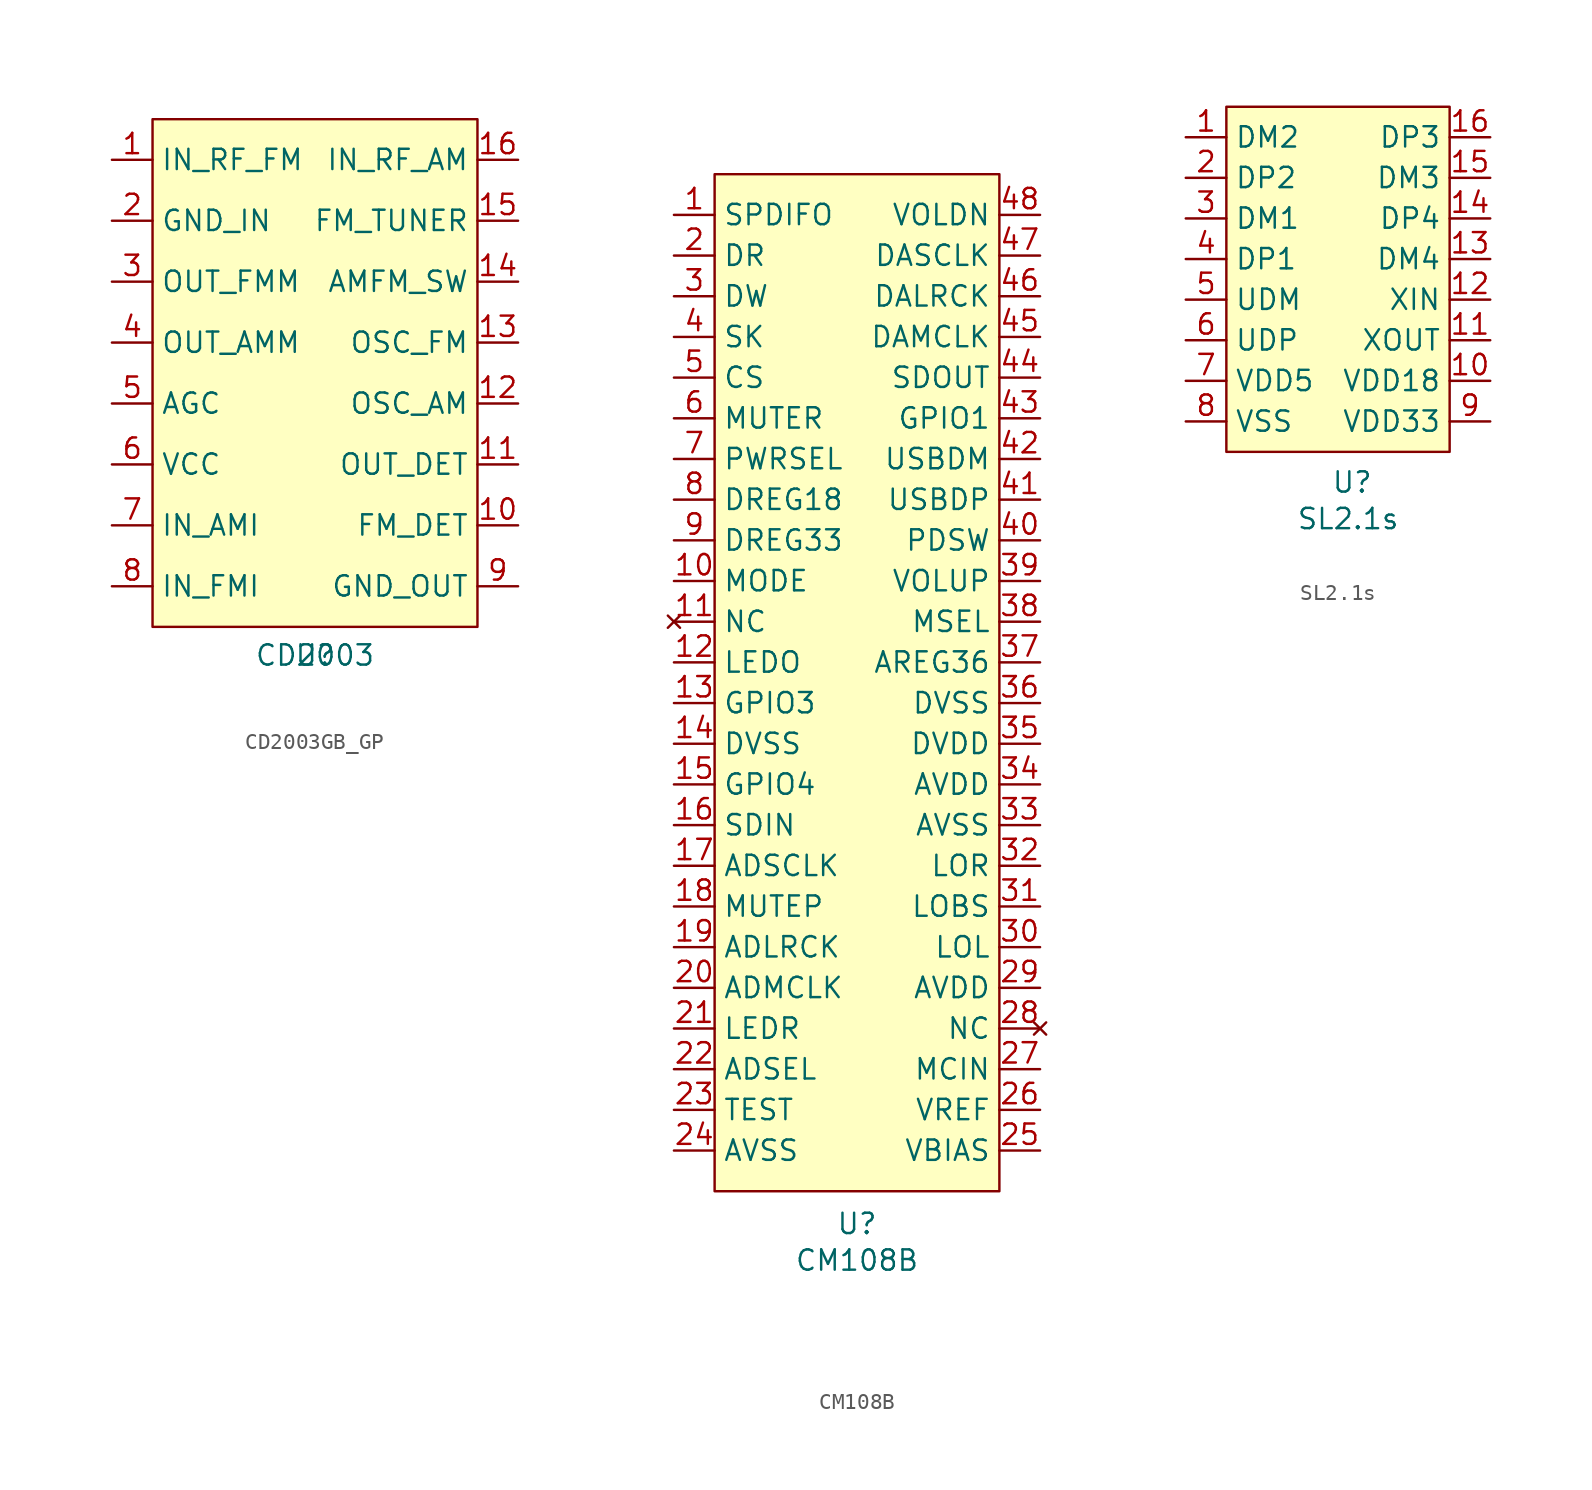
<source format=kicad_sym>
(kicad_symbol_lib
  (version 20231120)
  (generator "kicad_symbol_editor")
  (generator_version "8.0")
  (symbol "CD2003GB_GP"
    (property "Reference" "U"
      (at 0 -0.508 0)
      (effects (font (size 1.27 1.27))))
    (property "Value" "CD2003"
      (at 0 -0.508 0)
      (effects (font (size 1.27 1.27))))
    (symbol "CD2003GB_GP_1_1"
      (rectangle (start -10.16 33.02) (end 10.16 1.27) (stroke (width 0) (type default)) (fill (type background)))
      (pin input line (at -12.7 30.48 0) (length 2.54) (name "IN_RF_FM" (effects (font (size 1.27 1.27)))) (number "1" (effects (font (size 1.27 1.27)))))
      (pin input line (at 12.7 7.62 180) (length 2.54) (name "FM_DET" (effects (font (size 1.27 1.27)))) (number "10" (effects (font (size 1.27 1.27)))))
      (pin output line (at 12.7 11.43 180) (length 2.54) (name "OUT_DET" (effects (font (size 1.27 1.27)))) (number "11" (effects (font (size 1.27 1.27)))))
      (pin input line (at 12.7 15.24 180) (length 2.54) (name "OSC_AM" (effects (font (size 1.27 1.27)))) (number "12" (effects (font (size 1.27 1.27)))))
      (pin input line (at 12.7 19.05 180) (length 2.54) (name "OSC_FM" (effects (font (size 1.27 1.27)))) (number "13" (effects (font (size 1.27 1.27)))))
      (pin input line (at 12.7 22.86 180) (length 2.54) (name "AMFM_SW" (effects (font (size 1.27 1.27)))) (number "14" (effects (font (size 1.27 1.27)))))
      (pin input line (at 12.7 26.67 180) (length 2.54) (name "FM_TUNER" (effects (font (size 1.27 1.27)))) (number "15" (effects (font (size 1.27 1.27)))))
      (pin input line (at 12.7 30.48 180) (length 2.54) (name "IN_RF_AM" (effects (font (size 1.27 1.27)))) (number "16" (effects (font (size 1.27 1.27)))))
      (pin passive line (at -12.7 26.67 0) (length 2.54) (name "GND_IN" (effects (font (size 1.27 1.27)))) (number "2" (effects (font (size 1.27 1.27)))))
      (pin output line (at -12.7 22.86 0) (length 2.54) (name "OUT_FMM" (effects (font (size 1.27 1.27)))) (number "3" (effects (font (size 1.27 1.27)))))
      (pin output line (at -12.7 19.05 0) (length 2.54) (name "OUT_AMM" (effects (font (size 1.27 1.27)))) (number "4" (effects (font (size 1.27 1.27)))))
      (pin input line (at -12.7 15.24 0) (length 2.54) (name "AGC" (effects (font (size 1.27 1.27)))) (number "5" (effects (font (size 1.27 1.27)))))
      (pin power_in line (at -12.7 11.43 0) (length 2.54) (name "VCC" (effects (font (size 1.27 1.27)))) (number "6" (effects (font (size 1.27 1.27)))))
      (pin input line (at -12.7 7.62 0) (length 2.54) (name "IN_AMI" (effects (font (size 1.27 1.27)))) (number "7" (effects (font (size 1.27 1.27)))))
      (pin input line (at -12.7 3.81 0) (length 2.54) (name "IN_FMI" (effects (font (size 1.27 1.27)))) (number "8" (effects (font (size 1.27 1.27)))))
      (pin passive line (at 12.7 3.81 180) (length 2.54) (name "GND_OUT" (effects (font (size 1.27 1.27)))) (number "9" (effects (font (size 1.27 1.27)))))))
  (symbol "CM108B"
    (property "Reference" "U"
      (at 0 -2.032 0)
      (effects (font (size 1.27 1.27))))
    (property "Value" "CM108B"
      (at 0 -4.318 0)
      (effects (font (size 1.27 1.27))))
    (symbol "CM108B_1_1"
      (rectangle (start -8.89 63.5) (end 8.89 0) (stroke (width 0) (type default)) (fill (type background)))
      (pin output line (at -11.43 60.96 0) (length 2.54) (name "SPDIFO" (effects (font (size 1.27 1.27)))) (number "1" (effects (font (size 1.27 1.27)))))
      (pin input line (at -11.43 38.1 0) (length 2.54) (name "MODE" (effects (font (size 1.27 1.27)))) (number "10" (effects (font (size 1.27 1.27)))))
      (pin no_connect line (at -11.43 35.56 0) (length 2.54) (name "NC" (effects (font (size 1.27 1.27)))) (number "11" (effects (font (size 1.27 1.27)))))
      (pin output line (at -11.43 33.02 0) (length 2.54) (name "LEDO" (effects (font (size 1.27 1.27)))) (number "12" (effects (font (size 1.27 1.27)))))
      (pin bidirectional line (at -11.43 30.48 0) (length 2.54) (name "GPIO3" (effects (font (size 1.27 1.27)))) (number "13" (effects (font (size 1.27 1.27)))))
      (pin power_in line (at -11.43 27.94 0) (length 2.54) (name "DVSS" (effects (font (size 1.27 1.27)))) (number "14" (effects (font (size 1.27 1.27)))))
      (pin bidirectional line (at -11.43 25.4 0) (length 2.54) (name "GPIO4" (effects (font (size 1.27 1.27)))) (number "15" (effects (font (size 1.27 1.27)))))
      (pin bidirectional line (at -11.43 22.86 0) (length 2.54) (name "SDIN" (effects (font (size 1.27 1.27)))) (number "16" (effects (font (size 1.27 1.27)))))
      (pin output line (at -11.43 20.32 0) (length 2.54) (name "ADSCLK" (effects (font (size 1.27 1.27)))) (number "17" (effects (font (size 1.27 1.27)))))
      (pin input line (at -11.43 17.78 0) (length 2.54) (name "MUTEP" (effects (font (size 1.27 1.27)))) (number "18" (effects (font (size 1.27 1.27)))))
      (pin output line (at -11.43 15.24 0) (length 2.54) (name "ADLRCK" (effects (font (size 1.27 1.27)))) (number "19" (effects (font (size 1.27 1.27)))))
      (pin input line (at -11.43 58.42 0) (length 2.54) (name "DR" (effects (font (size 1.27 1.27)))) (number "2" (effects (font (size 1.27 1.27)))))
      (pin output line (at -11.43 12.7 0) (length 2.54) (name "ADMCLK" (effects (font (size 1.27 1.27)))) (number "20" (effects (font (size 1.27 1.27)))))
      (pin output line (at -11.43 10.16 0) (length 2.54) (name "LEDR" (effects (font (size 1.27 1.27)))) (number "21" (effects (font (size 1.27 1.27)))))
      (pin input line (at -11.43 7.62 0) (length 2.54) (name "ADSEL" (effects (font (size 1.27 1.27)))) (number "22" (effects (font (size 1.27 1.27)))))
      (pin input line (at -11.43 5.08 0) (length 2.54) (name "TEST" (effects (font (size 1.27 1.27)))) (number "23" (effects (font (size 1.27 1.27)))))
      (pin power_in line (at -11.43 2.54 0) (length 2.54) (name "AVSS" (effects (font (size 1.27 1.27)))) (number "24" (effects (font (size 1.27 1.27)))))
      (pin output line (at 11.43 2.54 180) (length 2.54) (name "VBIAS" (effects (font (size 1.27 1.27)))) (number "25" (effects (font (size 1.27 1.27)))))
      (pin output line (at 11.43 5.08 180) (length 2.54) (name "VREF" (effects (font (size 1.27 1.27)))) (number "26" (effects (font (size 1.27 1.27)))))
      (pin input line (at 11.43 7.62 180) (length 2.54) (name "MCIN" (effects (font (size 1.27 1.27)))) (number "27" (effects (font (size 1.27 1.27)))))
      (pin no_connect line (at 11.43 10.16 180) (length 2.54) (name "NC" (effects (font (size 1.27 1.27)))) (number "28" (effects (font (size 1.27 1.27)))))
      (pin power_in line (at 11.43 12.7 180) (length 2.54) (name "AVDD" (effects (font (size 1.27 1.27)))) (number "29" (effects (font (size 1.27 1.27)))))
      (pin output line (at -11.43 55.88 0) (length 2.54) (name "DW" (effects (font (size 1.27 1.27)))) (number "3" (effects (font (size 1.27 1.27)))))
      (pin output line (at 11.43 15.24 180) (length 2.54) (name "LOL" (effects (font (size 1.27 1.27)))) (number "30" (effects (font (size 1.27 1.27)))))
      (pin power_out line (at 11.43 17.78 180) (length 2.54) (name "LOBS" (effects (font (size 1.27 1.27)))) (number "31" (effects (font (size 1.27 1.27)))))
      (pin output line (at 11.43 20.32 180) (length 2.54) (name "LOR" (effects (font (size 1.27 1.27)))) (number "32" (effects (font (size 1.27 1.27)))))
      (pin power_in line (at 11.43 22.86 180) (length 2.54) (name "AVSS" (effects (font (size 1.27 1.27)))) (number "33" (effects (font (size 1.27 1.27)))))
      (pin power_in line (at 11.43 25.4 180) (length 2.54) (name "AVDD" (effects (font (size 1.27 1.27)))) (number "34" (effects (font (size 1.27 1.27)))))
      (pin power_in line (at 11.43 27.94 180) (length 2.54) (name "DVDD" (effects (font (size 1.27 1.27)))) (number "35" (effects (font (size 1.27 1.27)))))
      (pin power_in line (at 11.43 30.48 180) (length 2.54) (name "DVSS" (effects (font (size 1.27 1.27)))) (number "36" (effects (font (size 1.27 1.27)))))
      (pin power_in line (at 11.43 33.02 180) (length 2.54) (name "AREG36" (effects (font (size 1.27 1.27)))) (number "37" (effects (font (size 1.27 1.27)))))
      (pin input line (at 11.43 35.56 180) (length 2.54) (name "MSEL" (effects (font (size 1.27 1.27)))) (number "38" (effects (font (size 1.27 1.27)))))
      (pin input line (at 11.43 38.1 180) (length 2.54) (name "VOLUP" (effects (font (size 1.27 1.27)))) (number "39" (effects (font (size 1.27 1.27)))))
      (pin output line (at -11.43 53.34 0) (length 2.54) (name "SK" (effects (font (size 1.27 1.27)))) (number "4" (effects (font (size 1.27 1.27)))))
      (pin output line (at 11.43 40.64 180) (length 2.54) (name "PDSW" (effects (font (size 1.27 1.27)))) (number "40" (effects (font (size 1.27 1.27)))))
      (pin bidirectional line (at 11.43 43.18 180) (length 2.54) (name "USBDP" (effects (font (size 1.27 1.27)))) (number "41" (effects (font (size 1.27 1.27)))))
      (pin bidirectional line (at 11.43 45.72 180) (length 2.54) (name "USBDM" (effects (font (size 1.27 1.27)))) (number "42" (effects (font (size 1.27 1.27)))))
      (pin bidirectional line (at 11.43 48.26 180) (length 2.54) (name "GPIO1" (effects (font (size 1.27 1.27)))) (number "43" (effects (font (size 1.27 1.27)))))
      (pin output line (at 11.43 50.8 180) (length 2.54) (name "SDOUT" (effects (font (size 1.27 1.27)))) (number "44" (effects (font (size 1.27 1.27)))))
      (pin output line (at 11.43 53.34 180) (length 2.54) (name "DAMCLK" (effects (font (size 1.27 1.27)))) (number "45" (effects (font (size 1.27 1.27)))))
      (pin output line (at 11.43 55.88 180) (length 2.54) (name "DALRCK" (effects (font (size 1.27 1.27)))) (number "46" (effects (font (size 1.27 1.27)))))
      (pin output line (at 11.43 58.42 180) (length 2.54) (name "DASCLK" (effects (font (size 1.27 1.27)))) (number "47" (effects (font (size 1.27 1.27)))))
      (pin input line (at 11.43 60.96 180) (length 2.54) (name "VOLDN" (effects (font (size 1.27 1.27)))) (number "48" (effects (font (size 1.27 1.27)))))
      (pin output line (at -11.43 50.8 0) (length 2.54) (name "CS" (effects (font (size 1.27 1.27)))) (number "5" (effects (font (size 1.27 1.27)))))
      (pin input line (at -11.43 48.26 0) (length 2.54) (name "MUTER" (effects (font (size 1.27 1.27)))) (number "6" (effects (font (size 1.27 1.27)))))
      (pin input line (at -11.43 45.72 0) (length 2.54) (name "PWRSEL" (effects (font (size 1.27 1.27)))) (number "7" (effects (font (size 1.27 1.27)))))
      (pin power_out line (at -11.43 43.18 0) (length 2.54) (name "DREG18" (effects (font (size 1.27 1.27)))) (number "8" (effects (font (size 1.27 1.27)))))
      (pin power_out line (at -11.43 40.64 0) (length 2.54) (name "DREG33" (effects (font (size 1.27 1.27)))) (number "9" (effects (font (size 1.27 1.27)))))))
  (symbol "SL2.1s"
    (property "Reference" "U"
      (at 0.254 -1.27 0)
      (effects (font (size 1.27 1.27))))
    (property "Value" "SL2.1s"
      (at 0 -3.556 0)
      (effects (font (size 1.27 1.27))))
    (symbol "SL2.1s_1_1"
      (rectangle (start -7.62 22.225) (end 6.35 0.635) (stroke (width 0) (type default)) (fill (type background)))
      (pin bidirectional line (at -10.16 20.32 0) (length 2.54) (name "DM2" (effects (font (size 1.27 1.27)))) (number "1" (effects (font (size 1.27 1.27)))))
      (pin power_in line (at 8.89 5.08 180) (length 2.54) (name "VDD18" (effects (font (size 1.27 1.27)))) (number "10" (effects (font (size 1.27 1.27)))))
      (pin output line (at 8.89 7.62 180) (length 2.54) (name "XOUT" (effects (font (size 1.27 1.27)))) (number "11" (effects (font (size 1.27 1.27)))))
      (pin input line (at 8.89 10.16 180) (length 2.54) (name "XIN" (effects (font (size 1.27 1.27)))) (number "12" (effects (font (size 1.27 1.27)))))
      (pin power_in line (at 8.89 12.7 180) (length 2.54) (name "DM4" (effects (font (size 1.27 1.27)))) (number "13" (effects (font (size 1.27 1.27)))))
      (pin power_in line (at 8.89 15.24 180) (length 2.54) (name "DP4" (effects (font (size 1.27 1.27)))) (number "14" (effects (font (size 1.27 1.27)))))
      (pin bidirectional line (at 8.89 17.78 180) (length 2.54) (name "DM3" (effects (font (size 1.27 1.27)))) (number "15" (effects (font (size 1.27 1.27)))))
      (pin bidirectional line (at 8.89 20.32 180) (length 2.54) (name "DP3" (effects (font (size 1.27 1.27)))) (number "16" (effects (font (size 1.27 1.27)))))
      (pin bidirectional line (at -10.16 17.78 0) (length 2.54) (name "DP2" (effects (font (size 1.27 1.27)))) (number "2" (effects (font (size 1.27 1.27)))))
      (pin bidirectional line (at -10.16 15.24 0) (length 2.54) (name "DM1" (effects (font (size 1.27 1.27)))) (number "3" (effects (font (size 1.27 1.27)))))
      (pin bidirectional line (at -10.16 12.7 0) (length 2.54) (name "DP1" (effects (font (size 1.27 1.27)))) (number "4" (effects (font (size 1.27 1.27)))))
      (pin bidirectional line (at -10.16 10.16 0) (length 2.54) (name "UDM" (effects (font (size 1.27 1.27)))) (number "5" (effects (font (size 1.27 1.27)))))
      (pin bidirectional line (at -10.16 7.62 0) (length 2.54) (name "UDP" (effects (font (size 1.27 1.27)))) (number "6" (effects (font (size 1.27 1.27)))))
      (pin power_in line (at -10.16 5.08 0) (length 2.54) (name "VDD5" (effects (font (size 1.27 1.27)))) (number "7" (effects (font (size 1.27 1.27)))))
      (pin power_in line (at -10.16 2.54 0) (length 2.54) (name "VSS" (effects (font (size 1.27 1.27)))) (number "8" (effects (font (size 1.27 1.27)))))
      (pin power_in line (at 8.89 2.54 180) (length 2.54) (name "VDD33" (effects (font (size 1.27 1.27)))) (number "9" (effects (font (size 1.27 1.27))))))))
</source>
